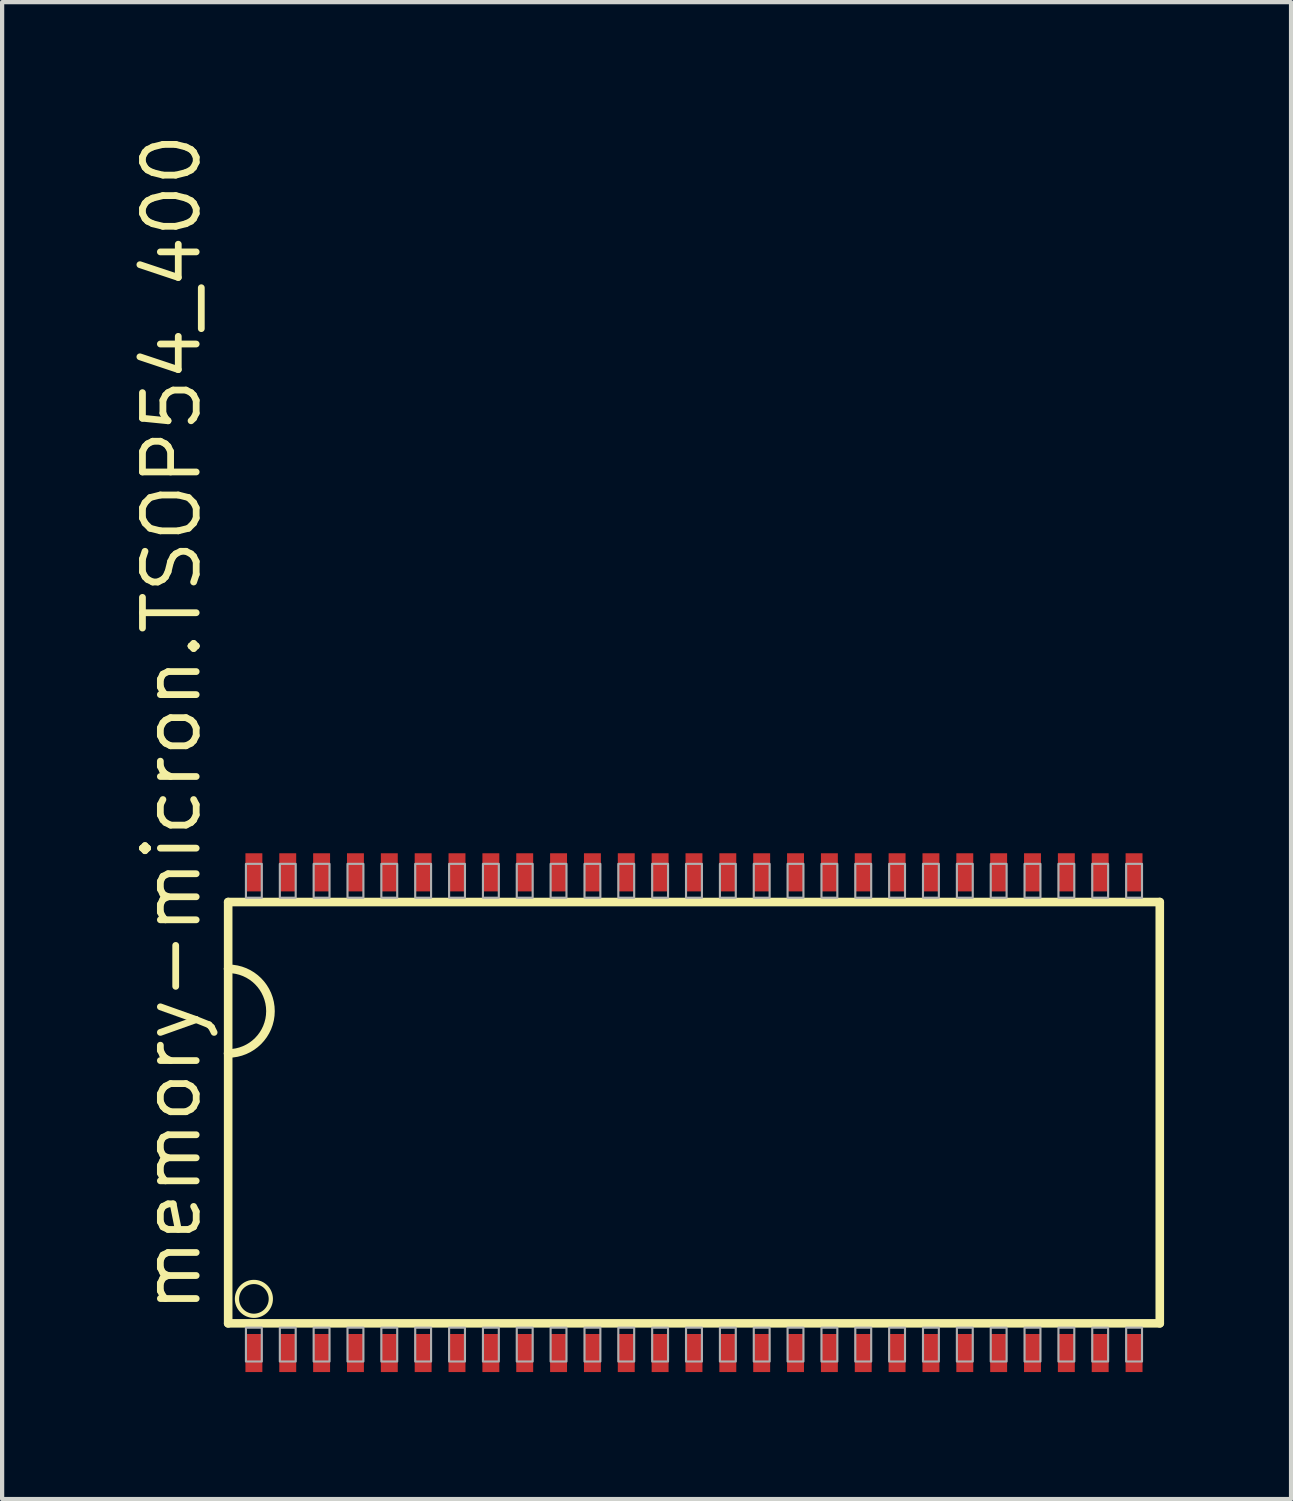
<source format=kicad_pcb>
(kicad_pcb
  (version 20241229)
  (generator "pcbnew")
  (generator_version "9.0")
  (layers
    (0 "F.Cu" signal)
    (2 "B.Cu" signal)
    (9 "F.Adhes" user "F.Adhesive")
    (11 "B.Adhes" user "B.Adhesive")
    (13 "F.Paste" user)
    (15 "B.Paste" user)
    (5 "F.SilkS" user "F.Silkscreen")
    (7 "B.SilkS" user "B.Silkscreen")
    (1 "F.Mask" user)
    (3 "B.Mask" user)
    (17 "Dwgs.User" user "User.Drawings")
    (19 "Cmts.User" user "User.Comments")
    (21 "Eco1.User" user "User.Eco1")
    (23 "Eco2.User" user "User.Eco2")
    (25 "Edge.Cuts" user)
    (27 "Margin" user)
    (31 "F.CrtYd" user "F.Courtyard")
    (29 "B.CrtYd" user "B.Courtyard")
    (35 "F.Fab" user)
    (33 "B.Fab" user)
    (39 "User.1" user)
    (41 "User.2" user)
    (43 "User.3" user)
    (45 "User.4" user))
  (footprint "memory-micron.TSOP54_400"
    (layer "F.Cu")
    (at 13.35 23.245)
    (property "Reference" "memory-micron.TSOP54_400" (at -11.6 4.8 90) (layer "F.SilkS") (effects (font (size 1.27 1.27) (thickness 0.16)) (justify left bottom)))
    (attr smd)
    (fp_line (start -11.008 -4.978) (end -11.008 -3.4) (stroke (width 0.203) (type default)) (layer "F.SilkS"))
    (fp_line (start -11.008 -3.4) (end -11.008 -1.4) (stroke (width 0.203) (type default)) (layer "F.SilkS"))
    (fp_line (start -11.008 -1.4) (end -11.008 4.978) (stroke (width 0.203) (type default)) (layer "F.SilkS"))
    (fp_line (start -11.008 4.978) (end 11.008 4.978) (stroke (width 0.203) (type default)) (layer "F.SilkS"))
    (fp_line (start 11.008 -4.978) (end -11.008 -4.978) (stroke (width 0.203) (type default)) (layer "F.SilkS"))
    (fp_line (start 11.008 4.978) (end 11.008 -4.978) (stroke (width 0.203) (type default)) (layer "F.SilkS"))
    (fp_arc (start -11.0084 -3.4) (mid -10.0084 -2.4) (end -11.0084 -1.4) (stroke (width 0.2032) (type default)) (layer "F.SilkS"))
    (fp_circle (center -10.4 4.4) (end -10 4.4) (stroke (width 0.1) (type default)) (fill no) (layer "F.SilkS"))
    (fp_rect (start -10.588 -5.08) (end -10.213 -5.88) (stroke (width 0.05) (type default)) (fill no) (layer "F.Fab"))
    (fp_rect (start -10.588 5.88) (end -10.213 5.08) (stroke (width 0.05) (type default)) (fill no) (layer "F.Fab"))
    (fp_rect (start -9.787 -5.08) (end -9.412 -5.88) (stroke (width 0.05) (type default)) (fill no) (layer "F.Fab"))
    (fp_rect (start -9.787 5.88) (end -9.412 5.08) (stroke (width 0.05) (type default)) (fill no) (layer "F.Fab"))
    (fp_rect (start -8.988 -5.08) (end -8.613 -5.88) (stroke (width 0.05) (type default)) (fill no) (layer "F.Fab"))
    (fp_rect (start -8.988 5.88) (end -8.613 5.08) (stroke (width 0.05) (type default)) (fill no) (layer "F.Fab"))
    (fp_rect (start -8.188 -5.08) (end -7.812 -5.88) (stroke (width 0.05) (type default)) (fill no) (layer "F.Fab"))
    (fp_rect (start -8.188 5.88) (end -7.812 5.08) (stroke (width 0.05) (type default)) (fill no) (layer "F.Fab"))
    (fp_rect (start -7.388 -5.08) (end -7.013 -5.88) (stroke (width 0.05) (type default)) (fill no) (layer "F.Fab"))
    (fp_rect (start -7.388 5.88) (end -7.013 5.08) (stroke (width 0.05) (type default)) (fill no) (layer "F.Fab"))
    (fp_rect (start -6.588 -5.08) (end -6.213 -5.88) (stroke (width 0.05) (type default)) (fill no) (layer "F.Fab"))
    (fp_rect (start -6.588 5.88) (end -6.213 5.08) (stroke (width 0.05) (type default)) (fill no) (layer "F.Fab"))
    (fp_rect (start -5.787 -5.08) (end -5.412 -5.88) (stroke (width 0.05) (type default)) (fill no) (layer "F.Fab"))
    (fp_rect (start -5.787 5.88) (end -5.412 5.08) (stroke (width 0.05) (type default)) (fill no) (layer "F.Fab"))
    (fp_rect (start -4.987 -5.08) (end -4.612 -5.88) (stroke (width 0.05) (type default)) (fill no) (layer "F.Fab"))
    (fp_rect (start -4.987 5.88) (end -4.612 5.08) (stroke (width 0.05) (type default)) (fill no) (layer "F.Fab"))
    (fp_rect (start -4.188 -5.08) (end -3.812 -5.88) (stroke (width 0.05) (type default)) (fill no) (layer "F.Fab"))
    (fp_rect (start -4.188 5.88) (end -3.812 5.08) (stroke (width 0.05) (type default)) (fill no) (layer "F.Fab"))
    (fp_rect (start -3.388 -5.08) (end -3.013 -5.88) (stroke (width 0.05) (type default)) (fill no) (layer "F.Fab"))
    (fp_rect (start -3.388 5.88) (end -3.013 5.08) (stroke (width 0.05) (type default)) (fill no) (layer "F.Fab"))
    (fp_rect (start -2.587 -5.08) (end -2.212 -5.88) (stroke (width 0.05) (type default)) (fill no) (layer "F.Fab"))
    (fp_rect (start -2.587 5.88) (end -2.212 5.08) (stroke (width 0.05) (type default)) (fill no) (layer "F.Fab"))
    (fp_rect (start -1.788 -5.08) (end -1.413 -5.88) (stroke (width 0.05) (type default)) (fill no) (layer "F.Fab"))
    (fp_rect (start -1.788 5.88) (end -1.413 5.08) (stroke (width 0.05) (type default)) (fill no) (layer "F.Fab"))
    (fp_rect (start -0.988 -5.08) (end -0.613 -5.88) (stroke (width 0.05) (type default)) (fill no) (layer "F.Fab"))
    (fp_rect (start -0.988 5.88) (end -0.613 5.08) (stroke (width 0.05) (type default)) (fill no) (layer "F.Fab"))
    (fp_rect (start -0.188 -5.08) (end 0.188 -5.88) (stroke (width 0.05) (type default)) (fill no) (layer "F.Fab"))
    (fp_rect (start -0.188 5.88) (end 0.188 5.08) (stroke (width 0.05) (type default)) (fill no) (layer "F.Fab"))
    (fp_rect (start 0.613 -5.08) (end 0.988 -5.88) (stroke (width 0.05) (type default)) (fill no) (layer "F.Fab"))
    (fp_rect (start 0.613 5.88) (end 0.988 5.08) (stroke (width 0.05) (type default)) (fill no) (layer "F.Fab"))
    (fp_rect (start 1.413 -5.08) (end 1.788 -5.88) (stroke (width 0.05) (type default)) (fill no) (layer "F.Fab"))
    (fp_rect (start 1.413 5.88) (end 1.788 5.08) (stroke (width 0.05) (type default)) (fill no) (layer "F.Fab"))
    (fp_rect (start 2.212 -5.08) (end 2.587 -5.88) (stroke (width 0.05) (type default)) (fill no) (layer "F.Fab"))
    (fp_rect (start 2.212 5.88) (end 2.587 5.08) (stroke (width 0.05) (type default)) (fill no) (layer "F.Fab"))
    (fp_rect (start 3.013 -5.08) (end 3.388 -5.88) (stroke (width 0.05) (type default)) (fill no) (layer "F.Fab"))
    (fp_rect (start 3.013 5.88) (end 3.388 5.08) (stroke (width 0.05) (type default)) (fill no) (layer "F.Fab"))
    (fp_rect (start 3.812 -5.08) (end 4.188 -5.88) (stroke (width 0.05) (type default)) (fill no) (layer "F.Fab"))
    (fp_rect (start 3.812 5.88) (end 4.188 5.08) (stroke (width 0.05) (type default)) (fill no) (layer "F.Fab"))
    (fp_rect (start 4.612 -5.08) (end 4.987 -5.88) (stroke (width 0.05) (type default)) (fill no) (layer "F.Fab"))
    (fp_rect (start 4.612 5.88) (end 4.987 5.08) (stroke (width 0.05) (type default)) (fill no) (layer "F.Fab"))
    (fp_rect (start 5.412 -5.08) (end 5.787 -5.88) (stroke (width 0.05) (type default)) (fill no) (layer "F.Fab"))
    (fp_rect (start 5.412 5.88) (end 5.787 5.08) (stroke (width 0.05) (type default)) (fill no) (layer "F.Fab"))
    (fp_rect (start 6.213 -5.08) (end 6.588 -5.88) (stroke (width 0.05) (type default)) (fill no) (layer "F.Fab"))
    (fp_rect (start 6.213 5.88) (end 6.588 5.08) (stroke (width 0.05) (type default)) (fill no) (layer "F.Fab"))
    (fp_rect (start 7.013 -5.08) (end 7.388 -5.88) (stroke (width 0.05) (type default)) (fill no) (layer "F.Fab"))
    (fp_rect (start 7.013 5.88) (end 7.388 5.08) (stroke (width 0.05) (type default)) (fill no) (layer "F.Fab"))
    (fp_rect (start 7.812 -5.08) (end 8.188 -5.88) (stroke (width 0.05) (type default)) (fill no) (layer "F.Fab"))
    (fp_rect (start 7.812 5.88) (end 8.188 5.08) (stroke (width 0.05) (type default)) (fill no) (layer "F.Fab"))
    (fp_rect (start 8.613 -5.08) (end 8.988 -5.88) (stroke (width 0.05) (type default)) (fill no) (layer "F.Fab"))
    (fp_rect (start 8.613 5.88) (end 8.988 5.08) (stroke (width 0.05) (type default)) (fill no) (layer "F.Fab"))
    (fp_rect (start 9.412 -5.08) (end 9.787 -5.88) (stroke (width 0.05) (type default)) (fill no) (layer "F.Fab"))
    (fp_rect (start 9.412 5.88) (end 9.787 5.08) (stroke (width 0.05) (type default)) (fill no) (layer "F.Fab"))
    (fp_rect (start 10.213 -5.08) (end 10.588 -5.88) (stroke (width 0.05) (type default)) (fill no) (layer "F.Fab"))
    (fp_rect (start 10.213 5.88) (end 10.588 5.08) (stroke (width 0.05) (type default)) (fill no) (layer "F.Fab"))
    (pad "1" smd roundrect (at -10.4 5.68 90) (size 0.9 0.4) (layers "F.Cu" "F.Mask" "F.Paste") (roundrect_rratio 0.01))
    (pad "2" smd roundrect (at -9.6 5.68 90) (size 0.9 0.4) (layers "F.Cu" "F.Mask" "F.Paste") (roundrect_rratio 0.01))
    (pad "3" smd roundrect (at -8.8 5.68 90) (size 0.9 0.4) (layers "F.Cu" "F.Mask" "F.Paste") (roundrect_rratio 0.01))
    (pad "4" smd roundrect (at -8 5.68 90) (size 0.9 0.4) (layers "F.Cu" "F.Mask" "F.Paste") (roundrect_rratio 0.01))
    (pad "5" smd roundrect (at -7.2 5.68 90) (size 0.9 0.4) (layers "F.Cu" "F.Mask" "F.Paste") (roundrect_rratio 0.01))
    (pad "6" smd roundrect (at -6.4 5.68 90) (size 0.9 0.4) (layers "F.Cu" "F.Mask" "F.Paste") (roundrect_rratio 0.01))
    (pad "7" smd roundrect (at -5.6 5.68 90) (size 0.9 0.4) (layers "F.Cu" "F.Mask" "F.Paste") (roundrect_rratio 0.01))
    (pad "8" smd roundrect (at -4.8 5.68 90) (size 0.9 0.4) (layers "F.Cu" "F.Mask" "F.Paste") (roundrect_rratio 0.01))
    (pad "9" smd roundrect (at -4 5.68 90) (size 0.9 0.4) (layers "F.Cu" "F.Mask" "F.Paste") (roundrect_rratio 0.01))
    (pad "10" smd roundrect (at -3.2 5.68 90) (size 0.9 0.4) (layers "F.Cu" "F.Mask" "F.Paste") (roundrect_rratio 0.01))
    (pad "11" smd roundrect (at -2.4 5.68 90) (size 0.9 0.4) (layers "F.Cu" "F.Mask" "F.Paste") (roundrect_rratio 0.01))
    (pad "12" smd roundrect (at -1.6 5.68 90) (size 0.9 0.4) (layers "F.Cu" "F.Mask" "F.Paste") (roundrect_rratio 0.01))
    (pad "13" smd roundrect (at -0.8 5.68 90) (size 0.9 0.4) (layers "F.Cu" "F.Mask" "F.Paste") (roundrect_rratio 0.01))
    (pad "14" smd roundrect (at 0 5.68 90) (size 0.9 0.4) (layers "F.Cu" "F.Mask" "F.Paste") (roundrect_rratio 0.01))
    (pad "15" smd roundrect (at 0.8 5.68 90) (size 0.9 0.4) (layers "F.Cu" "F.Mask" "F.Paste") (roundrect_rratio 0.01))
    (pad "16" smd roundrect (at 1.6 5.68 90) (size 0.9 0.4) (layers "F.Cu" "F.Mask" "F.Paste") (roundrect_rratio 0.01))
    (pad "17" smd roundrect (at 2.4 5.68 90) (size 0.9 0.4) (layers "F.Cu" "F.Mask" "F.Paste") (roundrect_rratio 0.01))
    (pad "18" smd roundrect (at 3.2 5.68 90) (size 0.9 0.4) (layers "F.Cu" "F.Mask" "F.Paste") (roundrect_rratio 0.01))
    (pad "19" smd roundrect (at 4 5.68 90) (size 0.9 0.4) (layers "F.Cu" "F.Mask" "F.Paste") (roundrect_rratio 0.01))
    (pad "20" smd roundrect (at 4.8 5.68 90) (size 0.9 0.4) (layers "F.Cu" "F.Mask" "F.Paste") (roundrect_rratio 0.01))
    (pad "21" smd roundrect (at 5.6 5.68 90) (size 0.9 0.4) (layers "F.Cu" "F.Mask" "F.Paste") (roundrect_rratio 0.01))
    (pad "22" smd roundrect (at 6.4 5.68 90) (size 0.9 0.4) (layers "F.Cu" "F.Mask" "F.Paste") (roundrect_rratio 0.01))
    (pad "23" smd roundrect (at 7.2 5.68 90) (size 0.9 0.4) (layers "F.Cu" "F.Mask" "F.Paste") (roundrect_rratio 0.01))
    (pad "24" smd roundrect (at 8 5.68 90) (size 0.9 0.4) (layers "F.Cu" "F.Mask" "F.Paste") (roundrect_rratio 0.01))
    (pad "25" smd roundrect (at 8.8 5.68 90) (size 0.9 0.4) (layers "F.Cu" "F.Mask" "F.Paste") (roundrect_rratio 0.01))
    (pad "26" smd roundrect (at 9.6 5.68 90) (size 0.9 0.4) (layers "F.Cu" "F.Mask" "F.Paste") (roundrect_rratio 0.01))
    (pad "27" smd roundrect (at 10.4 5.68 90) (size 0.9 0.4) (layers "F.Cu" "F.Mask" "F.Paste") (roundrect_rratio 0.01))
    (pad "28" smd roundrect (at 10.4 -5.68 270) (size 0.9 0.4) (layers "F.Cu" "F.Mask" "F.Paste") (roundrect_rratio 0.01))
    (pad "29" smd roundrect (at 9.6 -5.68 90) (size 0.9 0.4) (layers "F.Cu" "F.Mask" "F.Paste") (roundrect_rratio 0.01))
    (pad "30" smd roundrect (at 8.8 -5.68 90) (size 0.9 0.4) (layers "F.Cu" "F.Mask" "F.Paste") (roundrect_rratio 0.01))
    (pad "31" smd roundrect (at 8 -5.68 90) (size 0.9 0.4) (layers "F.Cu" "F.Mask" "F.Paste") (roundrect_rratio 0.01))
    (pad "32" smd roundrect (at 7.2 -5.68 90) (size 0.9 0.4) (layers "F.Cu" "F.Mask" "F.Paste") (roundrect_rratio 0.01))
    (pad "33" smd roundrect (at 6.4 -5.68 90) (size 0.9 0.4) (layers "F.Cu" "F.Mask" "F.Paste") (roundrect_rratio 0.01))
    (pad "34" smd roundrect (at 5.6 -5.68 90) (size 0.9 0.4) (layers "F.Cu" "F.Mask" "F.Paste") (roundrect_rratio 0.01))
    (pad "35" smd roundrect (at 4.8 -5.68 90) (size 0.9 0.4) (layers "F.Cu" "F.Mask" "F.Paste") (roundrect_rratio 0.01))
    (pad "36" smd roundrect (at 4 -5.68 90) (size 0.9 0.4) (layers "F.Cu" "F.Mask" "F.Paste") (roundrect_rratio 0.01))
    (pad "37" smd roundrect (at 3.2 -5.68 90) (size 0.9 0.4) (layers "F.Cu" "F.Mask" "F.Paste") (roundrect_rratio 0.01))
    (pad "38" smd roundrect (at 2.4 -5.68 90) (size 0.9 0.4) (layers "F.Cu" "F.Mask" "F.Paste") (roundrect_rratio 0.01))
    (pad "39" smd roundrect (at 1.6 -5.68 90) (size 0.9 0.4) (layers "F.Cu" "F.Mask" "F.Paste") (roundrect_rratio 0.01))
    (pad "40" smd roundrect (at 0.8 -5.68 90) (size 0.9 0.4) (layers "F.Cu" "F.Mask" "F.Paste") (roundrect_rratio 0.01))
    (pad "41" smd roundrect (at 0 -5.68 90) (size 0.9 0.4) (layers "F.Cu" "F.Mask" "F.Paste") (roundrect_rratio 0.01))
    (pad "42" smd roundrect (at -0.8 -5.68 90) (size 0.9 0.4) (layers "F.Cu" "F.Mask" "F.Paste") (roundrect_rratio 0.01))
    (pad "43" smd roundrect (at -1.6 -5.68 90) (size 0.9 0.4) (layers "F.Cu" "F.Mask" "F.Paste") (roundrect_rratio 0.01))
    (pad "44" smd roundrect (at -2.4 -5.68 90) (size 0.9 0.4) (layers "F.Cu" "F.Mask" "F.Paste") (roundrect_rratio 0.01))
    (pad "45" smd roundrect (at -3.2 -5.68 90) (size 0.9 0.4) (layers "F.Cu" "F.Mask" "F.Paste") (roundrect_rratio 0.01))
    (pad "46" smd roundrect (at -4 -5.68 90) (size 0.9 0.4) (layers "F.Cu" "F.Mask" "F.Paste") (roundrect_rratio 0.01))
    (pad "47" smd roundrect (at -4.8 -5.68 90) (size 0.9 0.4) (layers "F.Cu" "F.Mask" "F.Paste") (roundrect_rratio 0.01))
    (pad "48" smd roundrect (at -5.6 -5.68 90) (size 0.9 0.4) (layers "F.Cu" "F.Mask" "F.Paste") (roundrect_rratio 0.01))
    (pad "49" smd roundrect (at -6.4 -5.68 90) (size 0.9 0.4) (layers "F.Cu" "F.Mask" "F.Paste") (roundrect_rratio 0.01))
    (pad "50" smd roundrect (at -7.2 -5.68 90) (size 0.9 0.4) (layers "F.Cu" "F.Mask" "F.Paste") (roundrect_rratio 0.01))
    (pad "51" smd roundrect (at -8 -5.68 90) (size 0.9 0.4) (layers "F.Cu" "F.Mask" "F.Paste") (roundrect_rratio 0.01))
    (pad "52" smd roundrect (at -8.8 -5.68 90) (size 0.9 0.4) (layers "F.Cu" "F.Mask" "F.Paste") (roundrect_rratio 0.01))
    (pad "53" smd roundrect (at -9.6 -5.68 90) (size 0.9 0.4) (layers "F.Cu" "F.Mask" "F.Paste") (roundrect_rratio 0.01))
    (pad "54" smd roundrect (at -10.4 -5.68 90) (size 0.9 0.4) (layers "F.Cu" "F.Mask" "F.Paste") (roundrect_rratio 0.01)))
  (gr_rect
    (start -3 -3)
    (end 27.46 32.375)
    (stroke (width 0.1) (type default))
    (fill no)
    (layer "Edge.Cuts")))
</source>
